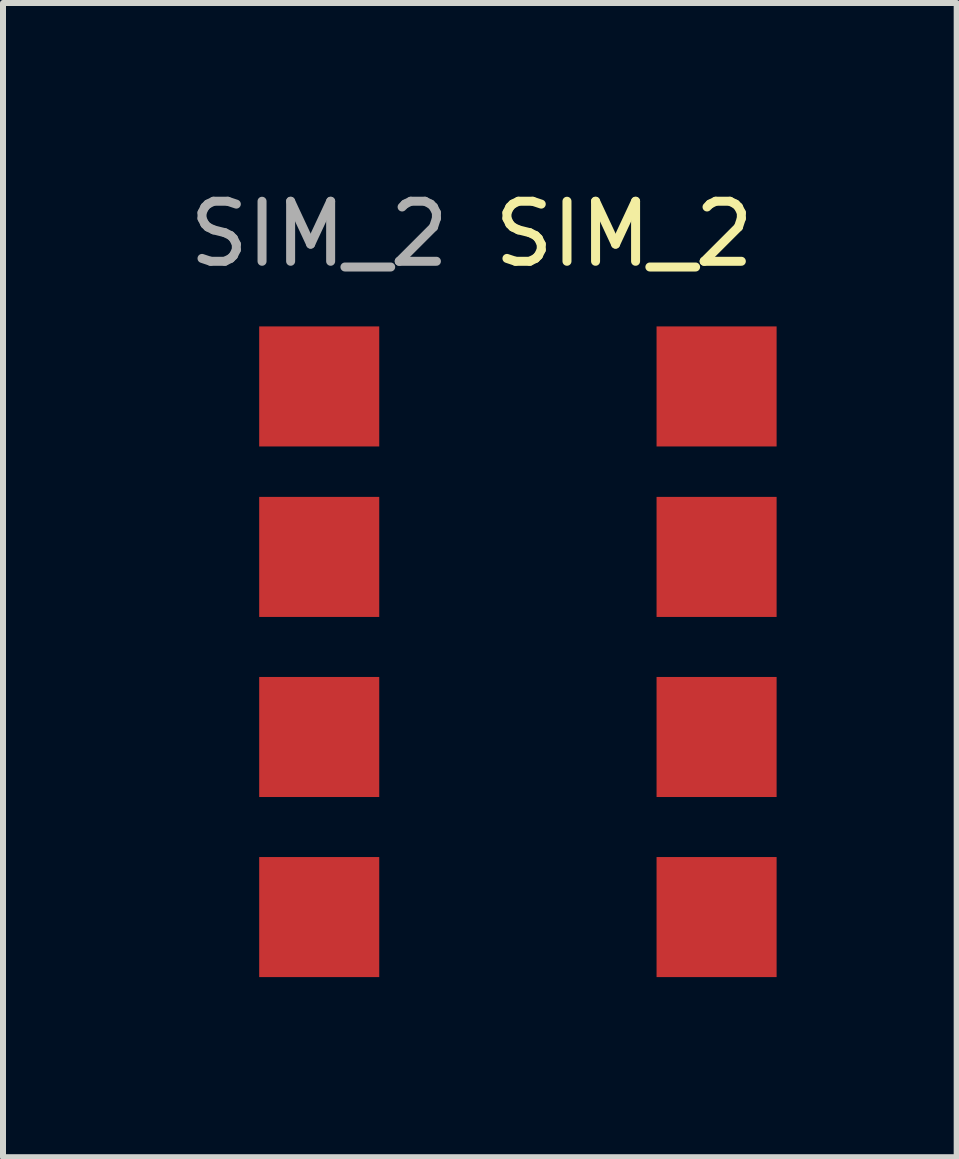
<source format=kicad_pcb>
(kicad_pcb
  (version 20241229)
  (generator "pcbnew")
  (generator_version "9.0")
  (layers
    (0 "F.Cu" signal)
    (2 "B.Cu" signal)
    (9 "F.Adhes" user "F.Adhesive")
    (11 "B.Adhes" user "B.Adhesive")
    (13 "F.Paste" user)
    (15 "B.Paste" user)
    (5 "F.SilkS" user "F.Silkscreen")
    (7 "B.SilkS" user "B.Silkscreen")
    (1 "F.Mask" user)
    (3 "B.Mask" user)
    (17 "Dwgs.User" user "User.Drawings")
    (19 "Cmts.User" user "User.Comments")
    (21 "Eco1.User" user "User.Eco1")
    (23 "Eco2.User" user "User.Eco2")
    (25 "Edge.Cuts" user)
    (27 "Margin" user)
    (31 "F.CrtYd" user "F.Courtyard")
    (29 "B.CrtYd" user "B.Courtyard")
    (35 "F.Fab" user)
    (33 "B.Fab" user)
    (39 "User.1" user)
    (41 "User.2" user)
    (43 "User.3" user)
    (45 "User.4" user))
  (footprint "SIM_2"
    (layer "F.Cu")
    (at 2.268 3.388)
    (property "Reference" "SIM_2" (at 5.08 -2.54 0) (unlocked yes) (layer "F.SilkS") (effects (font (size 1 1) (thickness 0.15))))
    (attr smd)
    (fp_text user "${REFERENCE}" (at 0 -2.54 0) (unlocked yes) (layer "F.Fab") (effects (font (size 1 1) (thickness 0.15))))
    (pad "1" smd rect (at 0 0 90) (size 2 2) (layers "F.Cu" "F.Mask" "F.Paste"))
    (pad "2" smd rect (at 0 2.84 90) (size 2 2) (layers "F.Cu" "F.Mask" "F.Paste"))
    (pad "3" smd rect (at 0 5.84 90) (size 2 2) (layers "F.Cu" "F.Mask" "F.Paste"))
    (pad "4" smd rect (at 6.62 8.84 90) (size 2 2) (layers "F.Cu" "F.Mask" "F.Paste"))
    (pad "5" smd rect (at 6.62 5.84 90) (size 2 2) (layers "F.Cu" "F.Mask" "F.Paste"))
    (pad "6" smd rect (at 6.62 2.84 90) (size 2 2) (layers "F.Cu" "F.Mask" "F.Paste"))
    (pad "7" smd rect (at 0 8.84 90) (size 2 2) (layers "F.Cu" "F.Mask" "F.Paste"))
    (pad "8" smd rect (at 6.62 0 90) (size 2 2) (layers "F.Cu" "F.Mask" "F.Paste")))
  (gr_rect
    (start -3 -3)
    (end 12.888 16.228)
    (stroke (width 0.1) (type default))
    (fill no)
    (layer "Edge.Cuts")))
</source>
